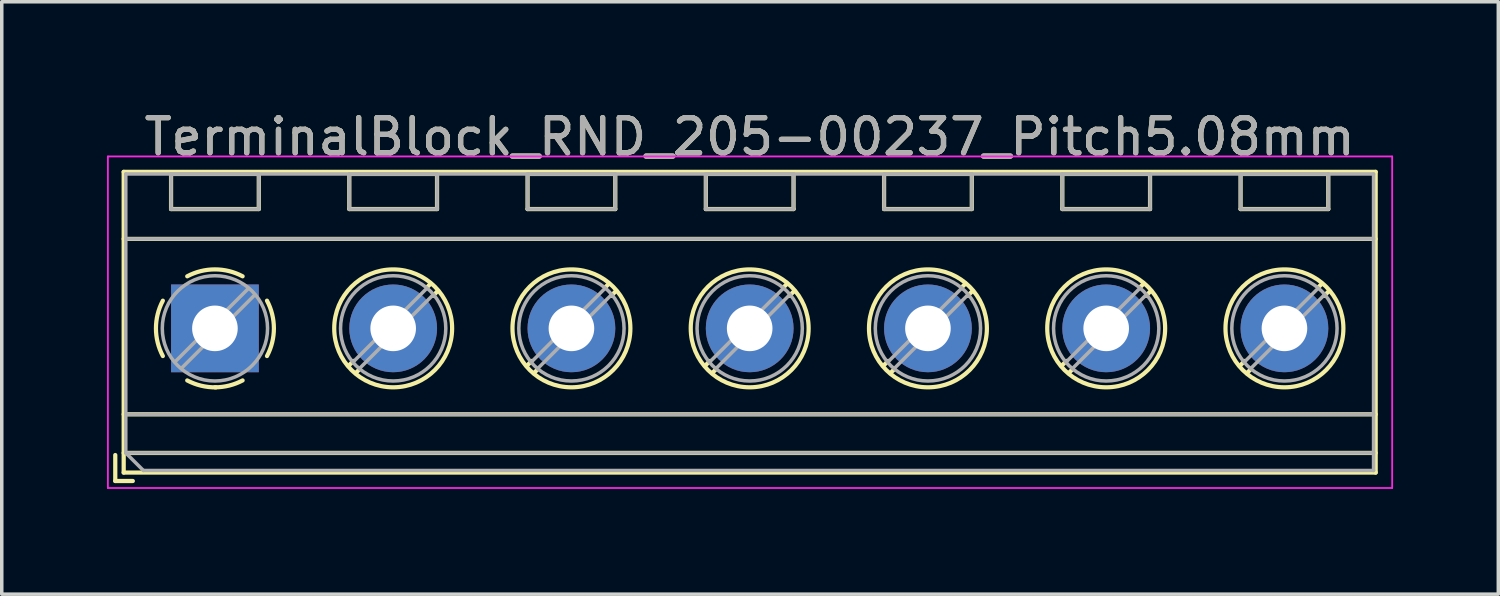
<source format=kicad_pcb>
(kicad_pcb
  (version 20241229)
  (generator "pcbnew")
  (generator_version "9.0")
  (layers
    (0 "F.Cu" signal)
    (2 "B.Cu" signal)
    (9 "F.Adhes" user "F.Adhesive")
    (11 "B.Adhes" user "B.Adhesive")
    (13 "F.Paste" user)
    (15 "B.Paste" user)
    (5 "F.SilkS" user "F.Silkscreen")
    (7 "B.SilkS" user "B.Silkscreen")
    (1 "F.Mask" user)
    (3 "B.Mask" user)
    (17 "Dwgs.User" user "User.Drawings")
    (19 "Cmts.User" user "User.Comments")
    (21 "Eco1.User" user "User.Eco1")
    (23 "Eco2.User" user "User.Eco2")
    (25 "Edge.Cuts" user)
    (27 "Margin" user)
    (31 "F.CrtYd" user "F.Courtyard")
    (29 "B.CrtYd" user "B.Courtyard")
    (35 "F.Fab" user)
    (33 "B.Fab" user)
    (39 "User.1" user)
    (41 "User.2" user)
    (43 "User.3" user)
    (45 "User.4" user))
  (footprint "TerminalBlock_RND_205-00237_Pitch5.08mm"
    (layer "F.Cu")
    (at 3.075 6.308)
    (property "Reference" "TerminalBlock_RND_205-00237_Pitch5.08mm" (at 15.24 -5.46 0) (layer "F.SilkS") (effects (font (size 1 1) (thickness 0.15))))
    (attr through_hole)
    (fp_line (start -2.84 3.61) (end -2.84 4.35) (stroke (width 0.12) (type solid)) (layer "F.SilkS"))
    (fp_line (start -2.84 4.35) (end -2.34 4.35) (stroke (width 0.12) (type solid)) (layer "F.SilkS"))
    (fp_line (start -2.6 -4.46) (end -2.6 4.11) (stroke (width 0.12) (type solid)) (layer "F.SilkS"))
    (fp_line (start -2.6 -2.55) (end 33.08 -2.55) (stroke (width 0.12) (type solid)) (layer "F.SilkS"))
    (fp_line (start -2.6 2.45) (end 33.08 2.45) (stroke (width 0.12) (type solid)) (layer "F.SilkS"))
    (fp_line (start -2.6 3.55) (end 33.08 3.55) (stroke (width 0.12) (type solid)) (layer "F.SilkS"))
    (fp_line (start -2.6 4.11) (end 33.08 4.11) (stroke (width 0.12) (type solid)) (layer "F.SilkS"))
    (fp_line (start -1.25 -4.4) (end -1.25 -3.4) (stroke (width 0.12) (type solid)) (layer "F.SilkS"))
    (fp_line (start -1.25 -4.4) (end 1.25 -4.4) (stroke (width 0.12) (type solid)) (layer "F.SilkS"))
    (fp_line (start -1.25 -3.4) (end 1.25 -3.4) (stroke (width 0.12) (type solid)) (layer "F.SilkS"))
    (fp_line (start 1.25 -4.4) (end 1.25 -3.4) (stroke (width 0.12) (type solid)) (layer "F.SilkS"))
    (fp_line (start 3.83 -4.4) (end 3.83 -3.4) (stroke (width 0.12) (type solid)) (layer "F.SilkS"))
    (fp_line (start 3.83 -4.4) (end 6.33 -4.4) (stroke (width 0.12) (type solid)) (layer "F.SilkS"))
    (fp_line (start 3.83 -3.4) (end 6.33 -3.4) (stroke (width 0.12) (type solid)) (layer "F.SilkS"))
    (fp_line (start 3.947 0.929) (end 3.806 1.069) (stroke (width 0.12) (type solid)) (layer "F.SilkS"))
    (fp_line (start 4.117 1.169) (end 4.011 1.274) (stroke (width 0.12) (type solid)) (layer "F.SilkS"))
    (fp_line (start 6.15 -1.275) (end 6.044 -1.169) (stroke (width 0.12) (type solid)) (layer "F.SilkS"))
    (fp_line (start 6.33 -4.4) (end 6.33 -3.4) (stroke (width 0.12) (type solid)) (layer "F.SilkS"))
    (fp_line (start 6.355 -1.069) (end 6.214 -0.929) (stroke (width 0.12) (type solid)) (layer "F.SilkS"))
    (fp_line (start 8.91 -4.4) (end 8.91 -3.4) (stroke (width 0.12) (type solid)) (layer "F.SilkS"))
    (fp_line (start 8.91 -4.4) (end 11.41 -4.4) (stroke (width 0.12) (type solid)) (layer "F.SilkS"))
    (fp_line (start 8.91 -3.4) (end 11.41 -3.4) (stroke (width 0.12) (type solid)) (layer "F.SilkS"))
    (fp_line (start 9.027 0.929) (end 8.886 1.069) (stroke (width 0.12) (type solid)) (layer "F.SilkS"))
    (fp_line (start 9.197 1.169) (end 9.091 1.274) (stroke (width 0.12) (type solid)) (layer "F.SilkS"))
    (fp_line (start 11.23 -1.275) (end 11.124 -1.169) (stroke (width 0.12) (type solid)) (layer "F.SilkS"))
    (fp_line (start 11.41 -4.4) (end 11.41 -3.4) (stroke (width 0.12) (type solid)) (layer "F.SilkS"))
    (fp_line (start 11.435 -1.069) (end 11.294 -0.929) (stroke (width 0.12) (type solid)) (layer "F.SilkS"))
    (fp_line (start 13.99 -4.4) (end 13.99 -3.4) (stroke (width 0.12) (type solid)) (layer "F.SilkS"))
    (fp_line (start 13.99 -4.4) (end 16.49 -4.4) (stroke (width 0.12) (type solid)) (layer "F.SilkS"))
    (fp_line (start 13.99 -3.4) (end 16.49 -3.4) (stroke (width 0.12) (type solid)) (layer "F.SilkS"))
    (fp_line (start 14.107 0.929) (end 13.966 1.069) (stroke (width 0.12) (type solid)) (layer "F.SilkS"))
    (fp_line (start 14.277 1.169) (end 14.171 1.274) (stroke (width 0.12) (type solid)) (layer "F.SilkS"))
    (fp_line (start 16.31 -1.275) (end 16.204 -1.169) (stroke (width 0.12) (type solid)) (layer "F.SilkS"))
    (fp_line (start 16.49 -4.4) (end 16.49 -3.4) (stroke (width 0.12) (type solid)) (layer "F.SilkS"))
    (fp_line (start 16.515 -1.069) (end 16.374 -0.929) (stroke (width 0.12) (type solid)) (layer "F.SilkS"))
    (fp_line (start 19.07 -4.4) (end 19.07 -3.4) (stroke (width 0.12) (type solid)) (layer "F.SilkS"))
    (fp_line (start 19.07 -4.4) (end 21.57 -4.4) (stroke (width 0.12) (type solid)) (layer "F.SilkS"))
    (fp_line (start 19.07 -3.4) (end 21.57 -3.4) (stroke (width 0.12) (type solid)) (layer "F.SilkS"))
    (fp_line (start 19.187 0.929) (end 19.046 1.069) (stroke (width 0.12) (type solid)) (layer "F.SilkS"))
    (fp_line (start 19.357 1.169) (end 19.251 1.274) (stroke (width 0.12) (type solid)) (layer "F.SilkS"))
    (fp_line (start 21.39 -1.275) (end 21.284 -1.169) (stroke (width 0.12) (type solid)) (layer "F.SilkS"))
    (fp_line (start 21.57 -4.4) (end 21.57 -3.4) (stroke (width 0.12) (type solid)) (layer "F.SilkS"))
    (fp_line (start 21.595 -1.069) (end 21.454 -0.929) (stroke (width 0.12) (type solid)) (layer "F.SilkS"))
    (fp_line (start 24.15 -4.4) (end 24.15 -3.4) (stroke (width 0.12) (type solid)) (layer "F.SilkS"))
    (fp_line (start 24.15 -4.4) (end 26.65 -4.4) (stroke (width 0.12) (type solid)) (layer "F.SilkS"))
    (fp_line (start 24.15 -3.4) (end 26.65 -3.4) (stroke (width 0.12) (type solid)) (layer "F.SilkS"))
    (fp_line (start 24.267 0.929) (end 24.126 1.069) (stroke (width 0.12) (type solid)) (layer "F.SilkS"))
    (fp_line (start 24.437 1.169) (end 24.331 1.274) (stroke (width 0.12) (type solid)) (layer "F.SilkS"))
    (fp_line (start 26.47 -1.275) (end 26.364 -1.169) (stroke (width 0.12) (type solid)) (layer "F.SilkS"))
    (fp_line (start 26.65 -4.4) (end 26.65 -3.4) (stroke (width 0.12) (type solid)) (layer "F.SilkS"))
    (fp_line (start 26.675 -1.069) (end 26.534 -0.929) (stroke (width 0.12) (type solid)) (layer "F.SilkS"))
    (fp_line (start 29.23 -4.4) (end 29.23 -3.4) (stroke (width 0.12) (type solid)) (layer "F.SilkS"))
    (fp_line (start 29.23 -4.4) (end 31.73 -4.4) (stroke (width 0.12) (type solid)) (layer "F.SilkS"))
    (fp_line (start 29.23 -3.4) (end 31.73 -3.4) (stroke (width 0.12) (type solid)) (layer "F.SilkS"))
    (fp_line (start 29.347 0.929) (end 29.206 1.069) (stroke (width 0.12) (type solid)) (layer "F.SilkS"))
    (fp_line (start 29.517 1.169) (end 29.411 1.274) (stroke (width 0.12) (type solid)) (layer "F.SilkS"))
    (fp_line (start 31.55 -1.275) (end 31.444 -1.169) (stroke (width 0.12) (type solid)) (layer "F.SilkS"))
    (fp_line (start 31.73 -4.4) (end 31.73 -3.4) (stroke (width 0.12) (type solid)) (layer "F.SilkS"))
    (fp_line (start 31.755 -1.069) (end 31.614 -0.929) (stroke (width 0.12) (type solid)) (layer "F.SilkS"))
    (fp_line (start 33.08 -4.46) (end -2.6 -4.46) (stroke (width 0.12) (type solid)) (layer "F.SilkS"))
    (fp_line (start 33.08 4.11) (end 33.08 -4.46) (stroke (width 0.12) (type solid)) (layer "F.SilkS"))
    (fp_arc (start -1.483953 0.789089) (mid -1.680708 0.00005) (end -1.484 -0.789) (stroke (width 0.12) (type solid)) (layer "F.SilkS"))
    (fp_arc (start -0.789089 -1.483953) (mid -0.00005 -1.680708) (end 0.789 -1.484) (stroke (width 0.12) (type solid)) (layer "F.SilkS"))
    (fp_arc (start 0.029383 1.68045) (mid -0.392304 1.634281) (end -0.789 1.484) (stroke (width 0.12) (type solid)) (layer "F.SilkS"))
    (fp_arc (start 0.788712 1.483352) (mid 0.406429 1.630097) (end 0 1.68) (stroke (width 0.12) (type solid)) (layer "F.SilkS"))
    (fp_arc (start 1.483953 -0.789089) (mid 1.680708 -0.00005) (end 1.484 0.789) (stroke (width 0.12) (type solid)) (layer "F.SilkS"))
    (fp_circle (center 5.08 0) (end 6.76 0) (stroke (width 0.12) (type solid)) (fill no) (layer "F.SilkS"))
    (fp_circle (center 10.16 0) (end 11.84 0) (stroke (width 0.12) (type solid)) (fill no) (layer "F.SilkS"))
    (fp_circle (center 15.24 0) (end 16.92 0) (stroke (width 0.12) (type solid)) (fill no) (layer "F.SilkS"))
    (fp_circle (center 20.32 0) (end 22 0) (stroke (width 0.12) (type solid)) (fill no) (layer "F.SilkS"))
    (fp_circle (center 25.4 0) (end 27.08 0) (stroke (width 0.12) (type solid)) (fill no) (layer "F.SilkS"))
    (fp_circle (center 30.48 0) (end 32.16 0) (stroke (width 0.12) (type solid)) (fill no) (layer "F.SilkS"))
    (fp_line (start -3.05 -4.9) (end -3.05 4.55) (stroke (width 0.05) (type solid)) (layer "F.CrtYd"))
    (fp_line (start -3.05 4.55) (end 33.55 4.55) (stroke (width 0.05) (type solid)) (layer "F.CrtYd"))
    (fp_line (start 33.55 -4.9) (end -3.05 -4.9) (stroke (width 0.05) (type solid)) (layer "F.CrtYd"))
    (fp_line (start 33.55 4.55) (end 33.55 -4.9) (stroke (width 0.05) (type solid)) (layer "F.CrtYd"))
    (fp_line (start -2.54 -4.4) (end 33.02 -4.4) (stroke (width 0.1) (type solid)) (layer "F.Fab"))
    (fp_line (start -2.54 -2.55) (end 33.02 -2.55) (stroke (width 0.1) (type solid)) (layer "F.Fab"))
    (fp_line (start -2.54 2.45) (end 33.02 2.45) (stroke (width 0.1) (type solid)) (layer "F.Fab"))
    (fp_line (start -2.54 3.55) (end -2.54 -4.4) (stroke (width 0.1) (type solid)) (layer "F.Fab"))
    (fp_line (start -2.54 3.55) (end 33.02 3.55) (stroke (width 0.1) (type solid)) (layer "F.Fab"))
    (fp_line (start -2.04 4.05) (end -2.54 3.55) (stroke (width 0.1) (type solid)) (layer "F.Fab"))
    (fp_line (start -1.25 -4.4) (end -1.25 -3.4) (stroke (width 0.1) (type solid)) (layer "F.Fab"))
    (fp_line (start -1.25 -3.4) (end 1.25 -3.4) (stroke (width 0.1) (type solid)) (layer "F.Fab"))
    (fp_line (start 0.955 -1.138) (end -1.138 0.955) (stroke (width 0.1) (type solid)) (layer "F.Fab"))
    (fp_line (start 1.138 -0.955) (end -0.955 1.138) (stroke (width 0.1) (type solid)) (layer "F.Fab"))
    (fp_line (start 1.25 -4.4) (end -1.25 -4.4) (stroke (width 0.1) (type solid)) (layer "F.Fab"))
    (fp_line (start 1.25 -3.4) (end 1.25 -4.4) (stroke (width 0.1) (type solid)) (layer "F.Fab"))
    (fp_line (start 3.83 -4.4) (end 3.83 -3.4) (stroke (width 0.1) (type solid)) (layer "F.Fab"))
    (fp_line (start 3.83 -3.4) (end 6.33 -3.4) (stroke (width 0.1) (type solid)) (layer "F.Fab"))
    (fp_line (start 6.035 -1.138) (end 3.943 0.955) (stroke (width 0.1) (type solid)) (layer "F.Fab"))
    (fp_line (start 6.218 -0.955) (end 4.126 1.138) (stroke (width 0.1) (type solid)) (layer "F.Fab"))
    (fp_line (start 6.33 -4.4) (end 3.83 -4.4) (stroke (width 0.1) (type solid)) (layer "F.Fab"))
    (fp_line (start 6.33 -3.4) (end 6.33 -4.4) (stroke (width 0.1) (type solid)) (layer "F.Fab"))
    (fp_line (start 8.91 -4.4) (end 8.91 -3.4) (stroke (width 0.1) (type solid)) (layer "F.Fab"))
    (fp_line (start 8.91 -3.4) (end 11.41 -3.4) (stroke (width 0.1) (type solid)) (layer "F.Fab"))
    (fp_line (start 11.115 -1.138) (end 9.023 0.955) (stroke (width 0.1) (type solid)) (layer "F.Fab"))
    (fp_line (start 11.298 -0.955) (end 9.206 1.138) (stroke (width 0.1) (type solid)) (layer "F.Fab"))
    (fp_line (start 11.41 -4.4) (end 8.91 -4.4) (stroke (width 0.1) (type solid)) (layer "F.Fab"))
    (fp_line (start 11.41 -3.4) (end 11.41 -4.4) (stroke (width 0.1) (type solid)) (layer "F.Fab"))
    (fp_line (start 13.99 -4.4) (end 13.99 -3.4) (stroke (width 0.1) (type solid)) (layer "F.Fab"))
    (fp_line (start 13.99 -3.4) (end 16.49 -3.4) (stroke (width 0.1) (type solid)) (layer "F.Fab"))
    (fp_line (start 16.195 -1.138) (end 14.103 0.955) (stroke (width 0.1) (type solid)) (layer "F.Fab"))
    (fp_line (start 16.378 -0.955) (end 14.286 1.138) (stroke (width 0.1) (type solid)) (layer "F.Fab"))
    (fp_line (start 16.49 -4.4) (end 13.99 -4.4) (stroke (width 0.1) (type solid)) (layer "F.Fab"))
    (fp_line (start 16.49 -3.4) (end 16.49 -4.4) (stroke (width 0.1) (type solid)) (layer "F.Fab"))
    (fp_line (start 19.07 -4.4) (end 19.07 -3.4) (stroke (width 0.1) (type solid)) (layer "F.Fab"))
    (fp_line (start 19.07 -3.4) (end 21.57 -3.4) (stroke (width 0.1) (type solid)) (layer "F.Fab"))
    (fp_line (start 21.275 -1.138) (end 19.183 0.955) (stroke (width 0.1) (type solid)) (layer "F.Fab"))
    (fp_line (start 21.458 -0.955) (end 19.366 1.138) (stroke (width 0.1) (type solid)) (layer "F.Fab"))
    (fp_line (start 21.57 -4.4) (end 19.07 -4.4) (stroke (width 0.1) (type solid)) (layer "F.Fab"))
    (fp_line (start 21.57 -3.4) (end 21.57 -4.4) (stroke (width 0.1) (type solid)) (layer "F.Fab"))
    (fp_line (start 24.15 -4.4) (end 24.15 -3.4) (stroke (width 0.1) (type solid)) (layer "F.Fab"))
    (fp_line (start 24.15 -3.4) (end 26.65 -3.4) (stroke (width 0.1) (type solid)) (layer "F.Fab"))
    (fp_line (start 26.355 -1.138) (end 24.263 0.955) (stroke (width 0.1) (type solid)) (layer "F.Fab"))
    (fp_line (start 26.538 -0.955) (end 24.446 1.138) (stroke (width 0.1) (type solid)) (layer "F.Fab"))
    (fp_line (start 26.65 -4.4) (end 24.15 -4.4) (stroke (width 0.1) (type solid)) (layer "F.Fab"))
    (fp_line (start 26.65 -3.4) (end 26.65 -4.4) (stroke (width 0.1) (type solid)) (layer "F.Fab"))
    (fp_line (start 29.23 -4.4) (end 29.23 -3.4) (stroke (width 0.1) (type solid)) (layer "F.Fab"))
    (fp_line (start 29.23 -3.4) (end 31.73 -3.4) (stroke (width 0.1) (type solid)) (layer "F.Fab"))
    (fp_line (start 31.435 -1.138) (end 29.343 0.955) (stroke (width 0.1) (type solid)) (layer "F.Fab"))
    (fp_line (start 31.618 -0.955) (end 29.526 1.138) (stroke (width 0.1) (type solid)) (layer "F.Fab"))
    (fp_line (start 31.73 -4.4) (end 29.23 -4.4) (stroke (width 0.1) (type solid)) (layer "F.Fab"))
    (fp_line (start 31.73 -3.4) (end 31.73 -4.4) (stroke (width 0.1) (type solid)) (layer "F.Fab"))
    (fp_line (start 33.02 -4.4) (end 33.02 4.05) (stroke (width 0.1) (type solid)) (layer "F.Fab"))
    (fp_line (start 33.02 4.05) (end -2.04 4.05) (stroke (width 0.1) (type solid)) (layer "F.Fab"))
    (fp_circle (center 0 0) (end 1.5 0) (stroke (width 0.1) (type solid)) (fill no) (layer "F.Fab"))
    (fp_circle (center 5.08 0) (end 6.58 0) (stroke (width 0.1) (type solid)) (fill no) (layer "F.Fab"))
    (fp_circle (center 10.16 0) (end 11.66 0) (stroke (width 0.1) (type solid)) (fill no) (layer "F.Fab"))
    (fp_circle (center 15.24 0) (end 16.74 0) (stroke (width 0.1) (type solid)) (fill no) (layer "F.Fab"))
    (fp_circle (center 20.32 0) (end 21.82 0) (stroke (width 0.1) (type solid)) (fill no) (layer "F.Fab"))
    (fp_circle (center 25.4 0) (end 26.9 0) (stroke (width 0.1) (type solid)) (fill no) (layer "F.Fab"))
    (fp_circle (center 30.48 0) (end 31.98 0) (stroke (width 0.1) (type solid)) (fill no) (layer "F.Fab"))
    (fp_text user "${REFERENCE}" (at 15.24 -5.46 0) (layer "F.Fab") (effects (font (size 1 1) (thickness 0.15))))
    (pad "1" thru_hole rect (at 0 0) (size 2.5 2.5) (drill 1.3) (layers "*.Cu" "*.Mask"))
    (pad "2" thru_hole oval (at 5.08 0) (size 2.5 2.5) (drill 1.3) (layers "*.Cu" "*.Mask"))
    (pad "3" thru_hole oval (at 10.16 0) (size 2.5 2.5) (drill 1.3) (layers "*.Cu" "*.Mask"))
    (pad "4" thru_hole oval (at 15.24 0) (size 2.5 2.5) (drill 1.3) (layers "*.Cu" "*.Mask"))
    (pad "5" thru_hole oval (at 20.32 0) (size 2.5 2.5) (drill 1.3) (layers "*.Cu" "*.Mask"))
    (pad "6" thru_hole oval (at 25.4 0) (size 2.5 2.5) (drill 1.3) (layers "*.Cu" "*.Mask"))
    (pad "7" thru_hole oval (at 30.48 0) (size 2.5 2.5) (drill 1.3) (layers "*.Cu" "*.Mask")))
  (gr_rect
    (start -3 -3)
    (end 39.65 13.883)
    (stroke (width 0.1) (type default))
    (fill no)
    (layer "Edge.Cuts")))
</source>
